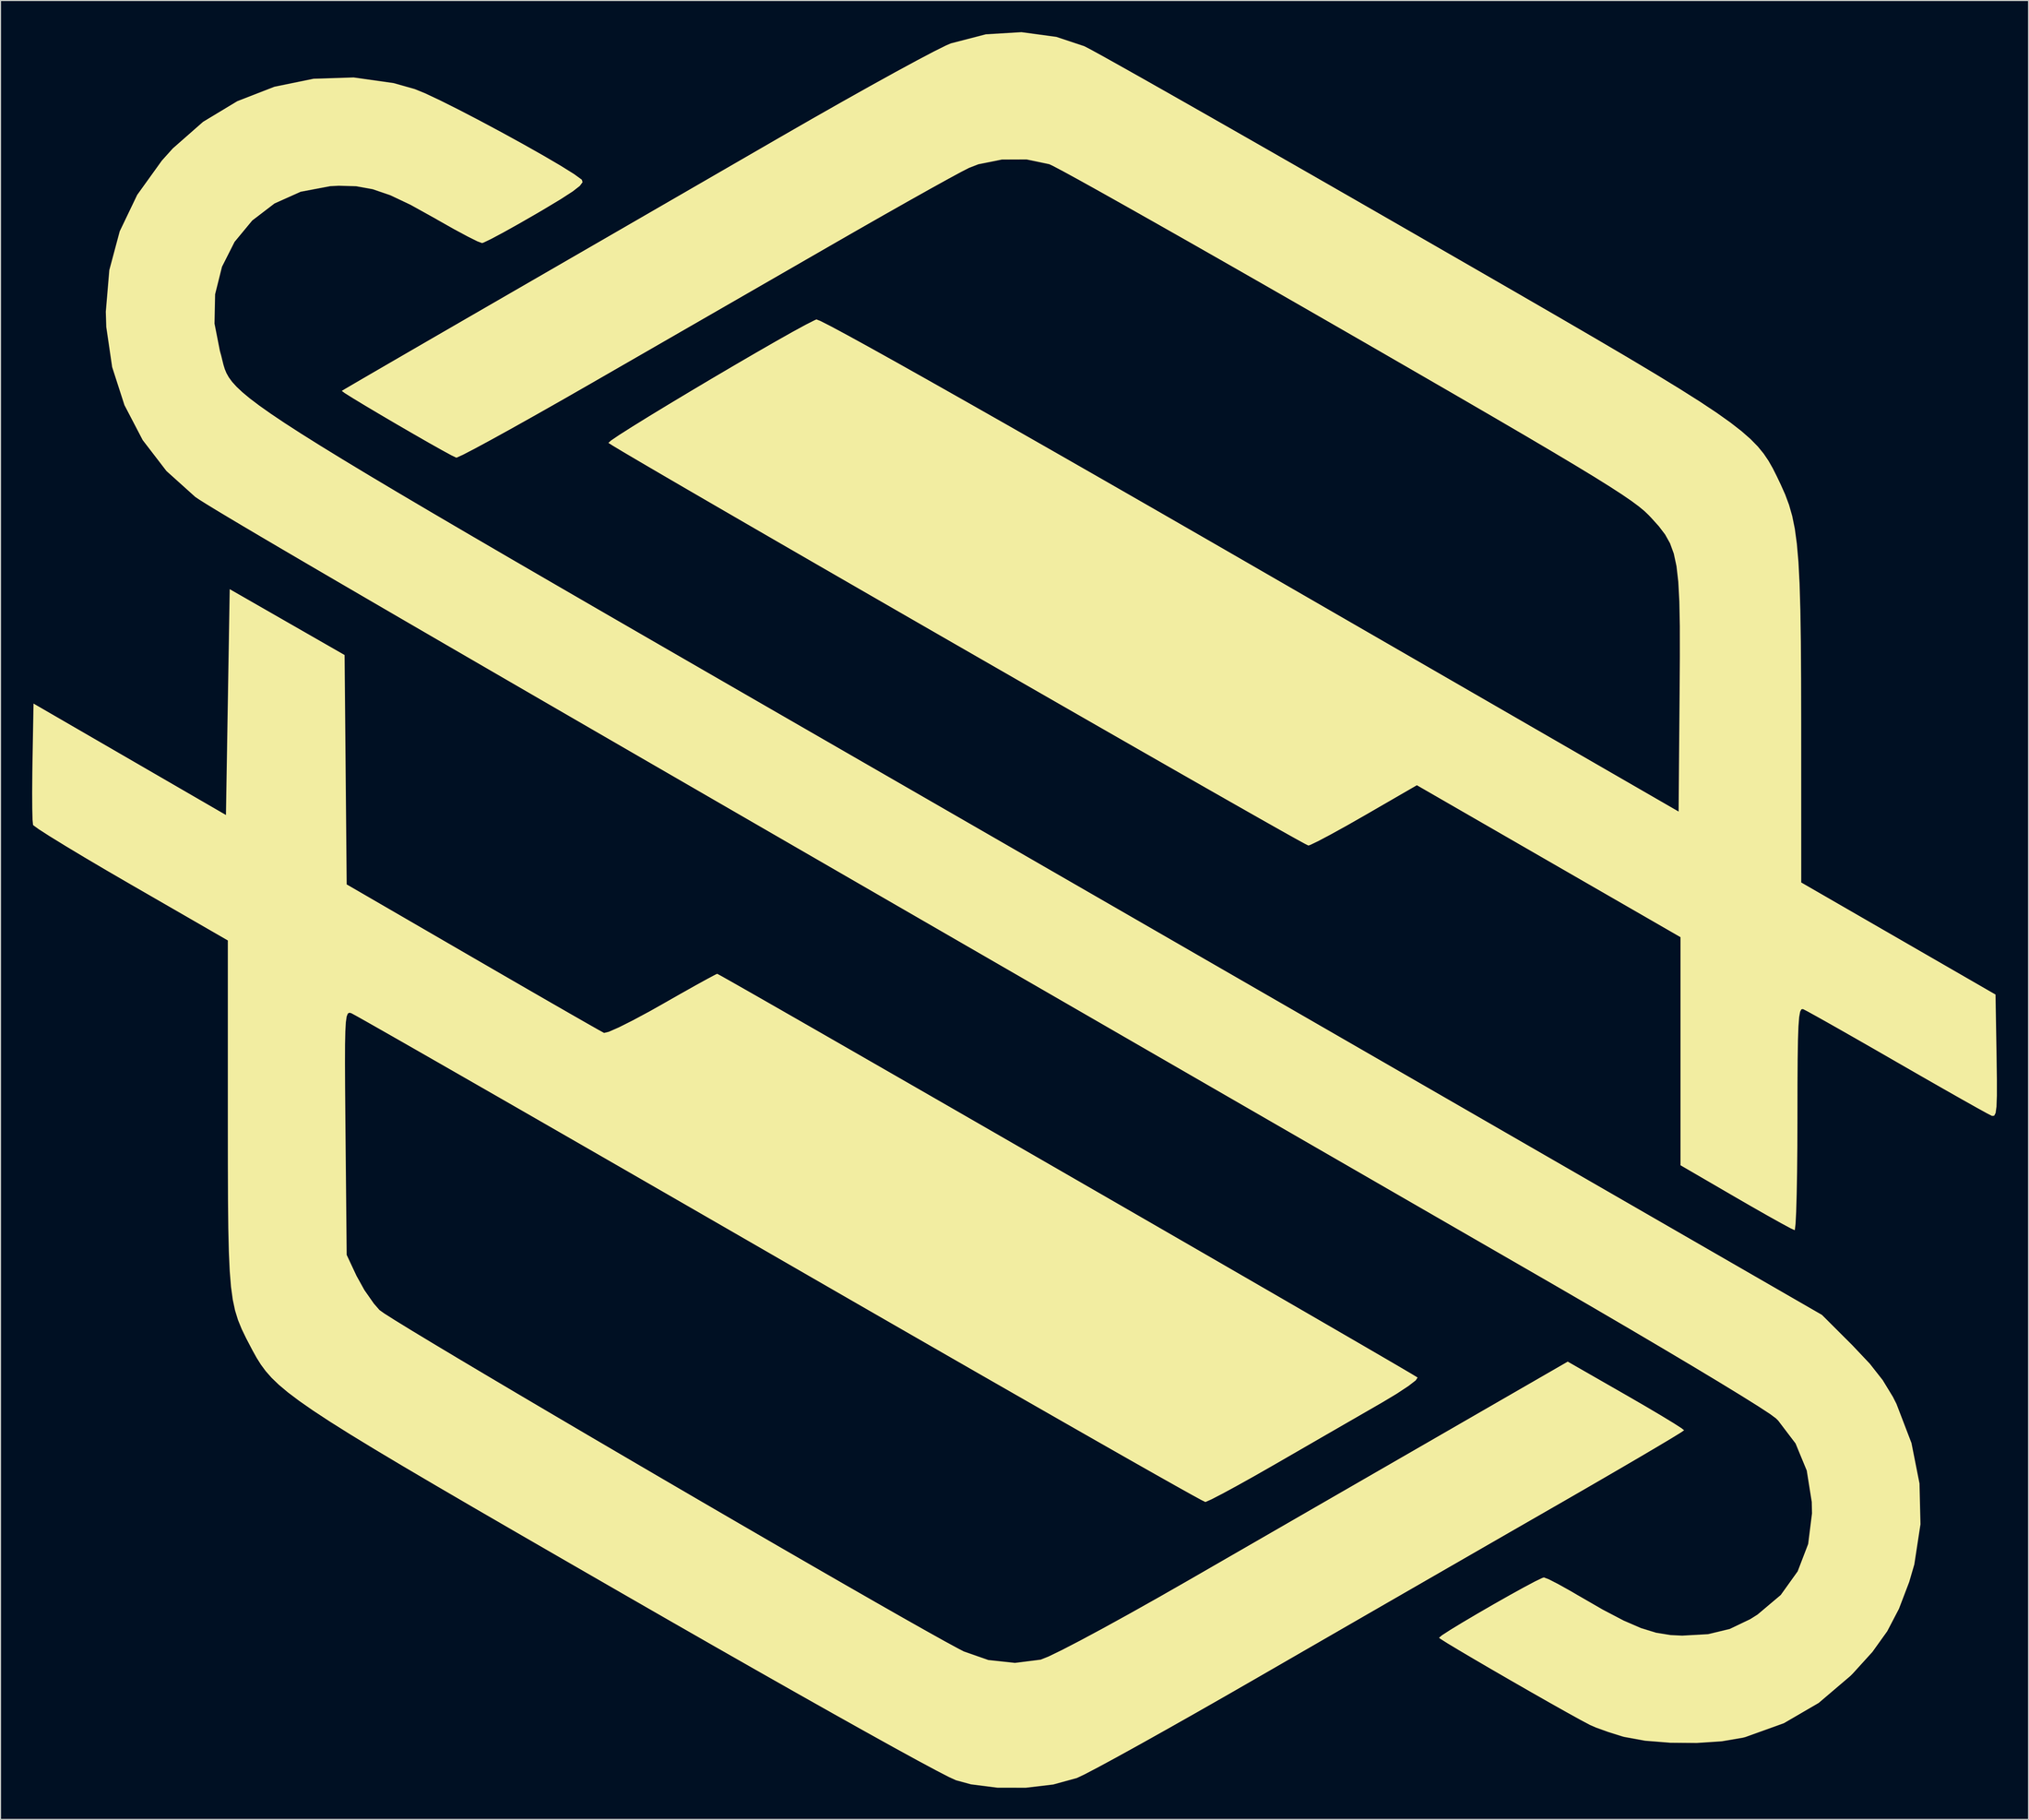
<source format=kicad_pcb>
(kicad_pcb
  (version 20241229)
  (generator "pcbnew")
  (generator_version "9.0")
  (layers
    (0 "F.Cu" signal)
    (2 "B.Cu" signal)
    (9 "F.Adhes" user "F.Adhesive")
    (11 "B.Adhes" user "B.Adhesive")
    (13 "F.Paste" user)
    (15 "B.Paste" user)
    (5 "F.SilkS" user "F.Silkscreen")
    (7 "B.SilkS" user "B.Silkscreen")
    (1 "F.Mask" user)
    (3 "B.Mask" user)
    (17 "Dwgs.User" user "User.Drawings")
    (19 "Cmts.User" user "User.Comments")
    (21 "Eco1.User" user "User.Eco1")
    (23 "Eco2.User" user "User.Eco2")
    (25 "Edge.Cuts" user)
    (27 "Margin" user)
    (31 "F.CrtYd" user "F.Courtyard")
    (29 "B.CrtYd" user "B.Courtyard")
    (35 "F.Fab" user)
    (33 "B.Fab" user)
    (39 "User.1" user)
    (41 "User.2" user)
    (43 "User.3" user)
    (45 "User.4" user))
  (footprint "tkw"
    (layer "F.Cu")
    (at 92.248 83.571)
    (property "Reference" "tkw" (at 0 0 0) (layer "F.SilkS") (effects (font (size 1.5 1.5) (thickness 0.3))))
    (attr board_only exclude_from_pos_files exclude_from_bom)
    (fp_poly (pts (xy -57.976 -78.741) (xy -55.978 -78.176) (xy -54.997 -77.776) (xy -53.559 -77.099) (xy -51.784 -76.21) (xy -49.795 -75.175) (xy -47.712 -74.06) (xy -45.658 -72.931) (xy -43.753 -71.854) (xy -42.119 -70.895) (xy -40.877 -70.12) (xy -40.15 -69.594) (xy -40.132 -69.577) (xy -40.061 -69.343) (xy -40.322 -68.993) (xy -40.984 -68.477) (xy -42.116 -67.743) (xy -43.788 -66.737) (xy -44.425 -66.364) (xy -46.098 -65.401) (xy -47.568 -64.581) (xy -48.719 -63.967) (xy -49.434 -63.622) (xy -49.596 -63.57) (xy -50.042 -63.737) (xy -50.975 -64.202) (xy -52.266 -64.897) (xy -53.785 -65.755) (xy -54.068 -65.919) (xy -56.386 -67.205) (xy -58.296 -68.108) (xy -59.957 -68.676) (xy -61.531 -68.96) (xy -63.179 -69.008) (xy -63.996 -68.965) (xy -66.793 -68.436) (xy -69.273 -67.324) (xy -71.38 -65.712) (xy -73.057 -63.685) (xy -74.25 -61.324) (xy -74.903 -58.714) (xy -74.959 -55.937) (xy -74.45 -53.35) (xy -74.315 -52.864) (xy -74.209 -52.425) (xy -74.107 -52.016) (xy -73.987 -51.625) (xy -73.826 -51.236) (xy -73.601 -50.836) (xy -73.29 -50.411) (xy -72.868 -49.945) (xy -72.314 -49.424) (xy -71.604 -48.834) (xy -70.716 -48.162) (xy -69.626 -47.391) (xy -68.312 -46.509) (xy -66.751 -45.501) (xy -64.919 -44.352) (xy -62.795 -43.048) (xy -60.354 -41.574) (xy -57.574 -39.917) (xy -54.433 -38.062) (xy -50.906 -35.995) (xy -46.972 -33.701) (xy -42.607 -31.167) (xy -37.789 -28.376) (xy -32.494 -25.317) (xy -26.7 -21.973) (xy -20.384 -18.331) (xy -13.522 -14.376) (xy -6.092 -10.094) (xy 1.929 -5.471) (xy 3.756 -4.417) (xy 77.452 38.07) (xy 80.333 40.947) (xy 81.986 42.696) (xy 83.213 44.257) (xy 84.18 45.846) (xy 84.515 46.507) (xy 85.938 50.217) (xy 86.699 54.054) (xy 86.792 57.923) (xy 86.209 61.727) (xy 85.721 63.401) (xy 84.75 65.942) (xy 83.64 68.068) (xy 82.237 70.027) (xy 80.385 72.068) (xy 80.158 72.297) (xy 77.143 74.865) (xy 73.84 76.788) (xy 70.191 78.101) (xy 69.954 78.162) (xy 67.97 78.502) (xy 65.586 78.661) (xy 63.068 78.643) (xy 60.682 78.451) (xy 58.694 78.087) (xy 58.492 78.032) (xy 57.184 77.621) (xy 56.033 77.205) (xy 55.451 76.952) (xy 54.526 76.46) (xy 53.213 75.734) (xy 51.617 74.836) (xy 49.841 73.825) (xy 47.991 72.763) (xy 46.17 71.71) (xy 44.484 70.725) (xy 43.037 69.871) (xy 41.933 69.206) (xy 41.277 68.791) (xy 41.141 68.683) (xy 41.433 68.441) (xy 42.225 67.93) (xy 43.386 67.223) (xy 44.79 66.394) (xy 46.306 65.517) (xy 47.808 64.666) (xy 49.165 63.916) (xy 50.249 63.34) (xy 50.933 63.012) (xy 51.088 62.963) (xy 51.542 63.136) (xy 52.446 63.598) (xy 53.643 64.267) (xy 54.258 64.627) (xy 56.681 66.025) (xy 58.649 67.056) (xy 60.289 67.767) (xy 61.729 68.209) (xy 63.096 68.431) (xy 64.202 68.483) (xy 66.65 68.346) (xy 68.71 67.85) (xy 70.653 66.919) (xy 71.343 66.485) (xy 73.543 64.629) (xy 75.149 62.386) (xy 76.143 59.793) (xy 76.508 56.885) (xy 76.484 55.804) (xy 76.009 52.829) (xy 74.948 50.261) (xy 73.298 48.09) (xy 73.087 47.881) (xy 72.542 47.476) (xy 71.428 46.747) (xy 69.798 45.727) (xy 67.703 44.447) (xy 65.196 42.938) (xy 62.329 41.233) (xy 59.155 39.361) (xy 55.727 37.356) (xy 52.096 35.248) (xy 50.621 34.396) (xy 39.685 28.086) (xy 29.353 22.125) (xy 19.612 16.503) (xy 10.444 11.211) (xy 1.836 6.241) (xy -6.228 1.584) (xy -13.764 -2.769) (xy -20.786 -6.827) (xy -27.31 -10.599) (xy -33.351 -14.093) (xy -38.924 -17.318) (xy -44.045 -20.284) (xy -48.728 -22.999) (xy -52.989 -25.471) (xy -56.843 -27.71) (xy -60.305 -29.725) (xy -63.391 -31.524) (xy -66.116 -33.116) (xy -68.495 -34.51) (xy -70.543 -35.715) (xy -72.276 -36.74) (xy -73.708 -37.593) (xy -74.856 -38.283) (xy -75.733 -38.82) (xy -76.356 -39.211) (xy -76.739 -39.467) (xy -76.795 -39.507) (xy -79.518 -41.957) (xy -81.768 -44.887) (xy -83.498 -48.203) (xy -84.664 -51.813) (xy -85.222 -55.622) (xy -85.265 -57.061) (xy -84.934 -61.004) (xy -83.946 -64.688) (xy -82.29 -68.141) (xy -79.953 -71.391) (xy -78.915 -72.546) (xy -76.042 -75.07) (xy -72.798 -77.027) (xy -69.275 -78.396) (xy -65.567 -79.154) (xy -61.77 -79.277)) (stroke (width 0) (type solid)) (fill yes) (layer "F.SilkS"))
    (fp_poly (pts (xy -68.071 -27.628) (xy -62.625 -24.506) (xy -62.526 -13.63) (xy -62.427 -2.754) (xy -50.442 4.195) (xy -47.766 5.745) (xy -45.276 7.184) (xy -43.042 8.472) (xy -41.132 9.569) (xy -39.618 10.435) (xy -38.569 11.03) (xy -38.054 11.314) (xy -38.021 11.33) (xy -37.577 11.223) (xy -36.632 10.807) (xy -35.299 10.139) (xy -33.691 9.275) (xy -32.528 8.62) (xy -30.82 7.648) (xy -29.337 6.814) (xy -28.185 6.18) (xy -27.474 5.803) (xy -27.296 5.724) (xy -26.969 5.898) (xy -26.071 6.403) (xy -24.652 7.209) (xy -22.761 8.288) (xy -20.447 9.613) (xy -17.759 11.154) (xy -14.746 12.884) (xy -11.458 14.774) (xy -7.942 16.795) (xy -4.249 18.921) (xy -0.428 21.121) (xy 3.473 23.369) (xy 7.405 25.636) (xy 11.318 27.892) (xy 15.163 30.111) (xy 18.891 32.264) (xy 22.453 34.323) (xy 25.8 36.258) (xy 28.883 38.043) (xy 31.653 39.648) (xy 34.061 41.045) (xy 36.058 42.207) (xy 37.594 43.104) (xy 38.62 43.709) (xy 39.088 43.993) (xy 39.111 44.009) (xy 38.937 44.276) (xy 38.245 44.811) (xy 37.146 45.537) (xy 35.748 46.377) (xy 35.712 46.397) (xy 34.186 47.277) (xy 32.219 48.411) (xy 29.993 49.695) (xy 27.687 51.027) (xy 25.715 52.166) (xy 23.784 53.27) (xy 22.05 54.239) (xy 20.611 55.02) (xy 19.569 55.559) (xy 19.023 55.8) (xy 18.981 55.808) (xy 18.623 55.633) (xy 17.683 55.12) (xy 16.198 54.291) (xy 14.205 53.168) (xy 11.74 51.771) (xy 8.842 50.121) (xy 5.546 48.24) (xy 1.89 46.148) (xy -2.09 43.868) (xy -6.355 41.419) (xy -10.869 38.824) (xy -15.596 36.103) (xy -20.497 33.277) (xy -21.402 32.755) (xy -26.337 29.908) (xy -31.106 27.159) (xy -35.672 24.529) (xy -39.998 22.039) (xy -44.048 19.71) (xy -47.782 17.564) (xy -51.165 15.623) (xy -54.158 13.907) (xy -56.725 12.438) (xy -58.827 11.239) (xy -60.429 10.329) (xy -61.492 9.73) (xy -61.979 9.465) (xy -62.002 9.454) (xy -62.18 9.416) (xy -62.321 9.499) (xy -62.428 9.774) (xy -62.505 10.311) (xy -62.555 11.181) (xy -62.582 12.456) (xy -62.588 14.204) (xy -62.577 16.498) (xy -62.552 19.408) (xy -62.539 20.792) (xy -62.427 32.376) (xy -61.49 34.375) (xy -60.746 35.716) (xy -59.852 36.994) (xy -59.316 37.609) (xy -58.871 37.927) (xy -57.86 38.569) (xy -56.339 39.504) (xy -54.363 40.699) (xy -51.987 42.123) (xy -49.265 43.743) (xy -46.254 45.527) (xy -43.007 47.442) (xy -39.58 49.458) (xy -36.027 51.54) (xy -32.405 53.659) (xy -28.767 55.781) (xy -25.169 57.874) (xy -21.666 59.906) (xy -18.313 61.844) (xy -15.164 63.658) (xy -12.275 65.314) (xy -9.701 66.781) (xy -7.496 68.026) (xy -5.717 69.018) (xy -4.417 69.723) (xy -3.917 69.982) (xy -1.584 70.798) (xy 0.933 71.068) (xy 3.355 70.763) (xy 3.399 70.752) (xy 4.127 70.459) (xy 5.4 69.841) (xy 7.145 68.936) (xy 9.29 67.784) (xy 11.764 66.421) (xy 14.494 64.888) (xy 17.408 63.223) (xy 17.53 63.153) (xy 20.913 61.202) (xy 24.686 59.027) (xy 28.665 56.732) (xy 32.668 54.424) (xy 36.511 52.208) (xy 40.011 50.19) (xy 41.609 49.268) (xy 53.346 42.499) (xy 58.87 45.665) (xy 60.646 46.692) (xy 62.183 47.601) (xy 63.383 48.331) (xy 64.146 48.822) (xy 64.38 49.01) (xy 64.077 49.221) (xy 63.218 49.749) (xy 61.869 50.555) (xy 60.095 51.601) (xy 57.961 52.847) (xy 55.533 54.257) (xy 52.876 55.791) (xy 51.769 56.427) (xy 48.657 58.216) (xy 45.073 60.278) (xy 41.163 62.53) (xy 37.074 64.885) (xy 32.953 67.261) (xy 28.947 69.571) (xy 25.202 71.732) (xy 23.969 72.444) (xy 20.887 74.216) (xy 17.933 75.9) (xy 15.177 77.457) (xy 12.69 78.849) (xy 10.539 80.036) (xy 8.796 80.98) (xy 7.53 81.642) (xy 6.81 81.984) (xy 6.797 81.989) (xy 4.564 82.601) (xy 1.965 82.908) (xy -0.725 82.904) (xy -3.232 82.585) (xy -4.651 82.2) (xy -5.311 81.899) (xy -6.546 81.261) (xy -8.313 80.313) (xy -10.568 79.078) (xy -13.268 77.579) (xy -16.369 75.843) (xy -19.829 73.892) (xy -23.603 71.752) (xy -27.649 69.446) (xy -31.923 66.999) (xy -36.382 64.435) (xy -36.456 64.392) (xy -41.679 61.381) (xy -46.319 58.701) (xy -50.413 56.328) (xy -53.998 54.236) (xy -57.112 52.403) (xy -59.793 50.801) (xy -62.077 49.408) (xy -64.002 48.198) (xy -65.605 47.146) (xy -66.924 46.228) (xy -67.997 45.419) (xy -68.859 44.695) (xy -69.55 44.03) (xy -70.105 43.4) (xy -70.563 42.78) (xy -70.961 42.146) (xy -71.337 41.472) (xy -71.459 41.241) (xy -71.961 40.281) (xy -72.382 39.411) (xy -72.729 38.56) (xy -73.008 37.656) (xy -73.228 36.626) (xy -73.395 35.401) (xy -73.516 33.906) (xy -73.6 32.071) (xy -73.652 29.825) (xy -73.681 27.094) (xy -73.693 23.807) (xy -73.696 19.893) (xy -73.696 18.924) (xy -73.696 2.561) (xy -82.855 -2.722) (xy -85.179 -4.072) (xy -87.296 -5.321) (xy -89.127 -6.422) (xy -90.596 -7.326) (xy -91.622 -7.986) (xy -92.128 -8.354) (xy -92.166 -8.399) (xy -92.212 -8.878) (xy -92.24 -9.939) (xy -92.248 -11.448) (xy -92.235 -13.273) (xy -92.219 -14.348) (xy -92.12 -19.903) (xy -82.997 -14.619) (xy -73.875 -9.335) (xy -73.696 -20.043) (xy -73.517 -30.751)) (stroke (width 0) (type solid)) (fill yes) (layer "F.SilkS"))
    (fp_poly (pts (xy 4.863 -83.123) (xy 7.513 -82.238) (xy 8.051 -81.96) (xy 9.164 -81.351) (xy 10.804 -80.435) (xy 12.927 -79.241) (xy 15.486 -77.792) (xy 18.435 -76.116) (xy 21.73 -74.238) (xy 25.323 -72.185) (xy 29.17 -69.982) (xy 33.224 -67.656) (xy 37.44 -65.232) (xy 38.457 -64.647) (xy 43.659 -61.652) (xy 48.278 -58.989) (xy 52.353 -56.632) (xy 55.92 -54.556) (xy 59.017 -52.735) (xy 61.681 -51.143) (xy 63.951 -49.755) (xy 65.863 -48.546) (xy 67.455 -47.489) (xy 68.764 -46.559) (xy 69.828 -45.731) (xy 70.685 -44.979) (xy 71.371 -44.278) (xy 71.925 -43.601) (xy 72.383 -42.923) (xy 72.784 -42.219) (xy 73.165 -41.463) (xy 73.529 -40.7) (xy 73.964 -39.727) (xy 74.33 -38.745) (xy 74.632 -37.686) (xy 74.878 -36.479) (xy 75.071 -35.054) (xy 75.22 -33.342) (xy 75.328 -31.273) (xy 75.402 -28.776) (xy 75.449 -25.782) (xy 75.473 -22.22) (xy 75.482 -18.022) (xy 75.482 -17.478) (xy 75.485 -2.937) (xy 84.696 2.377) (xy 93.908 7.692) (xy 94.007 13.547) (xy 94.037 15.727) (xy 94.037 17.286) (xy 93.999 18.318) (xy 93.917 18.919) (xy 93.781 19.182) (xy 93.585 19.201) (xy 93.551 19.189) (xy 93.104 18.96) (xy 92.125 18.42) (xy 90.7 17.619) (xy 88.916 16.606) (xy 86.859 15.43) (xy 84.616 14.14) (xy 84.588 14.124) (xy 82.345 12.833) (xy 80.289 11.657) (xy 78.506 10.643) (xy 77.081 9.842) (xy 76.102 9.301) (xy 75.654 9.07) (xy 75.652 9.069) (xy 75.5 9.088) (xy 75.38 9.322) (xy 75.288 9.843) (xy 75.221 10.72) (xy 75.175 12.025) (xy 75.146 13.827) (xy 75.131 16.199) (xy 75.127 19.21) (xy 75.127 19.459) (xy 75.118 22.128) (xy 75.093 24.549) (xy 75.055 26.634) (xy 75.006 28.296) (xy 74.947 29.447) (xy 74.881 29.998) (xy 74.858 30.033) (xy 74.475 29.856) (xy 73.582 29.375) (xy 72.285 28.651) (xy 70.691 27.743) (xy 69.313 26.947) (xy 64.037 23.879) (xy 64.037 13.064) (xy 64.037 2.249) (xy 51.539 -4.954) (xy 39.041 -12.158) (xy 34.099 -9.3) (xy 32.393 -8.327) (xy 30.89 -7.497) (xy 29.705 -6.869) (xy 28.952 -6.506) (xy 28.754 -6.441) (xy 28.405 -6.615) (xy 27.486 -7.119) (xy 26.047 -7.926) (xy 24.136 -9.005) (xy 21.803 -10.33) (xy 19.097 -11.871) (xy 16.067 -13.601) (xy 12.764 -15.491) (xy 9.235 -17.512) (xy 5.531 -19.636) (xy 1.7 -21.836) (xy -2.208 -24.082) (xy -6.144 -26.346) (xy -10.058 -28.6) (xy -13.901 -30.816) (xy -17.624 -32.964) (xy -21.179 -35.018) (xy -24.514 -36.948) (xy -27.582 -38.726) (xy -30.332 -40.323) (xy -32.716 -41.712) (xy -34.684 -42.864) (xy -36.188 -43.751) (xy -37.176 -44.344) (xy -37.602 -44.615) (xy -37.612 -44.623) (xy -37.368 -44.845) (xy -36.593 -45.371) (xy -35.372 -46.147) (xy -33.795 -47.124) (xy -31.949 -48.247) (xy -29.922 -49.464) (xy -27.802 -50.725) (xy -25.678 -51.975) (xy -23.636 -53.164) (xy -21.766 -54.239) (xy -20.156 -55.147) (xy -18.892 -55.836) (xy -18.063 -56.255) (xy -17.887 -56.33) (xy -17.506 -56.181) (xy -16.534 -55.687) (xy -14.997 -54.862) (xy -12.922 -53.722) (xy -10.335 -52.282) (xy -7.264 -50.556) (xy -3.734 -48.56) (xy 0.228 -46.31) (xy 4.595 -43.819) (xy 9.34 -41.103) (xy 14.437 -38.177) (xy 19.859 -35.056) (xy 23.254 -33.097) (xy 63.858 -9.663) (xy 63.952 -20.84) (xy 63.976 -24.359) (xy 63.973 -27.246) (xy 63.928 -29.584) (xy 63.828 -31.455) (xy 63.657 -32.943) (xy 63.401 -34.13) (xy 63.046 -35.101) (xy 62.578 -35.937) (xy 61.982 -36.721) (xy 61.244 -37.538) (xy 61.019 -37.774) (xy 60.621 -38.156) (xy 60.091 -38.594) (xy 59.39 -39.114) (xy 58.478 -39.738) (xy 57.316 -40.491) (xy 55.864 -41.398) (xy 54.082 -42.481) (xy 51.931 -43.766) (xy 49.371 -45.276) (xy 46.363 -47.034) (xy 42.866 -49.066) (xy 38.841 -51.395) (xy 34.249 -54.046) (xy 32.407 -55.107) (xy 28.353 -57.439) (xy 24.453 -59.676) (xy 20.755 -61.79) (xy 17.306 -63.755) (xy 14.153 -65.543) (xy 11.346 -67.128) (xy 8.932 -68.483) (xy 6.958 -69.58) (xy 5.471 -70.393) (xy 4.521 -70.894) (xy 4.19 -71.049) (xy 2.046 -71.499) (xy -0.302 -71.492) (xy -2.535 -71.043) (xy -3.422 -70.699) (xy -4.162 -70.32) (xy -5.435 -69.63) (xy -7.152 -68.68) (xy -9.226 -67.516) (xy -11.57 -66.189) (xy -14.097 -64.747) (xy -15.943 -63.687) (xy -18.886 -61.992) (xy -22.282 -60.035) (xy -25.965 -57.914) (xy -29.77 -55.723) (xy -33.528 -53.558) (xy -37.075 -51.516) (xy -39.163 -50.313) (xy -41.894 -48.748) (xy -44.437 -47.306) (xy -46.725 -46.023) (xy -48.69 -44.938) (xy -50.264 -44.087) (xy -51.38 -43.508) (xy -51.97 -43.237) (xy -52.041 -43.223) (xy -52.498 -43.443) (xy -53.413 -43.941) (xy -54.668 -44.647) (xy -56.141 -45.492) (xy -57.715 -46.405) (xy -59.268 -47.317) (xy -60.682 -48.157) (xy -61.837 -48.857) (xy -62.614 -49.345) (xy -62.891 -49.553) (xy -62.891 -49.555) (xy -62.569 -49.749) (xy -61.69 -50.264) (xy -60.317 -51.064) (xy -58.513 -52.111) (xy -56.341 -53.371) (xy -53.863 -54.806) (xy -51.143 -56.379) (xy -49.011 -57.611) (xy -45.433 -59.678) (xy -41.414 -62.001) (xy -37.131 -64.476) (xy -32.763 -67.001) (xy -28.487 -69.473) (xy -24.482 -71.789) (xy -21.286 -73.637) (xy -18.32 -75.342) (xy -15.47 -76.961) (xy -12.812 -78.452) (xy -10.422 -79.773) (xy -8.372 -80.884) (xy -6.74 -81.744) (xy -5.599 -82.311) (xy -5.145 -82.507) (xy -1.828 -83.367) (xy 1.551 -83.571)) (stroke (width 0) (type solid)) (fill yes) (layer "F.SilkS")))
  (gr_rect
    (start -3 -3)
    (end 189.285 169.479)
    (stroke (width 0.1) (type default))
    (fill no)
    (layer "Edge.Cuts")))
</source>
